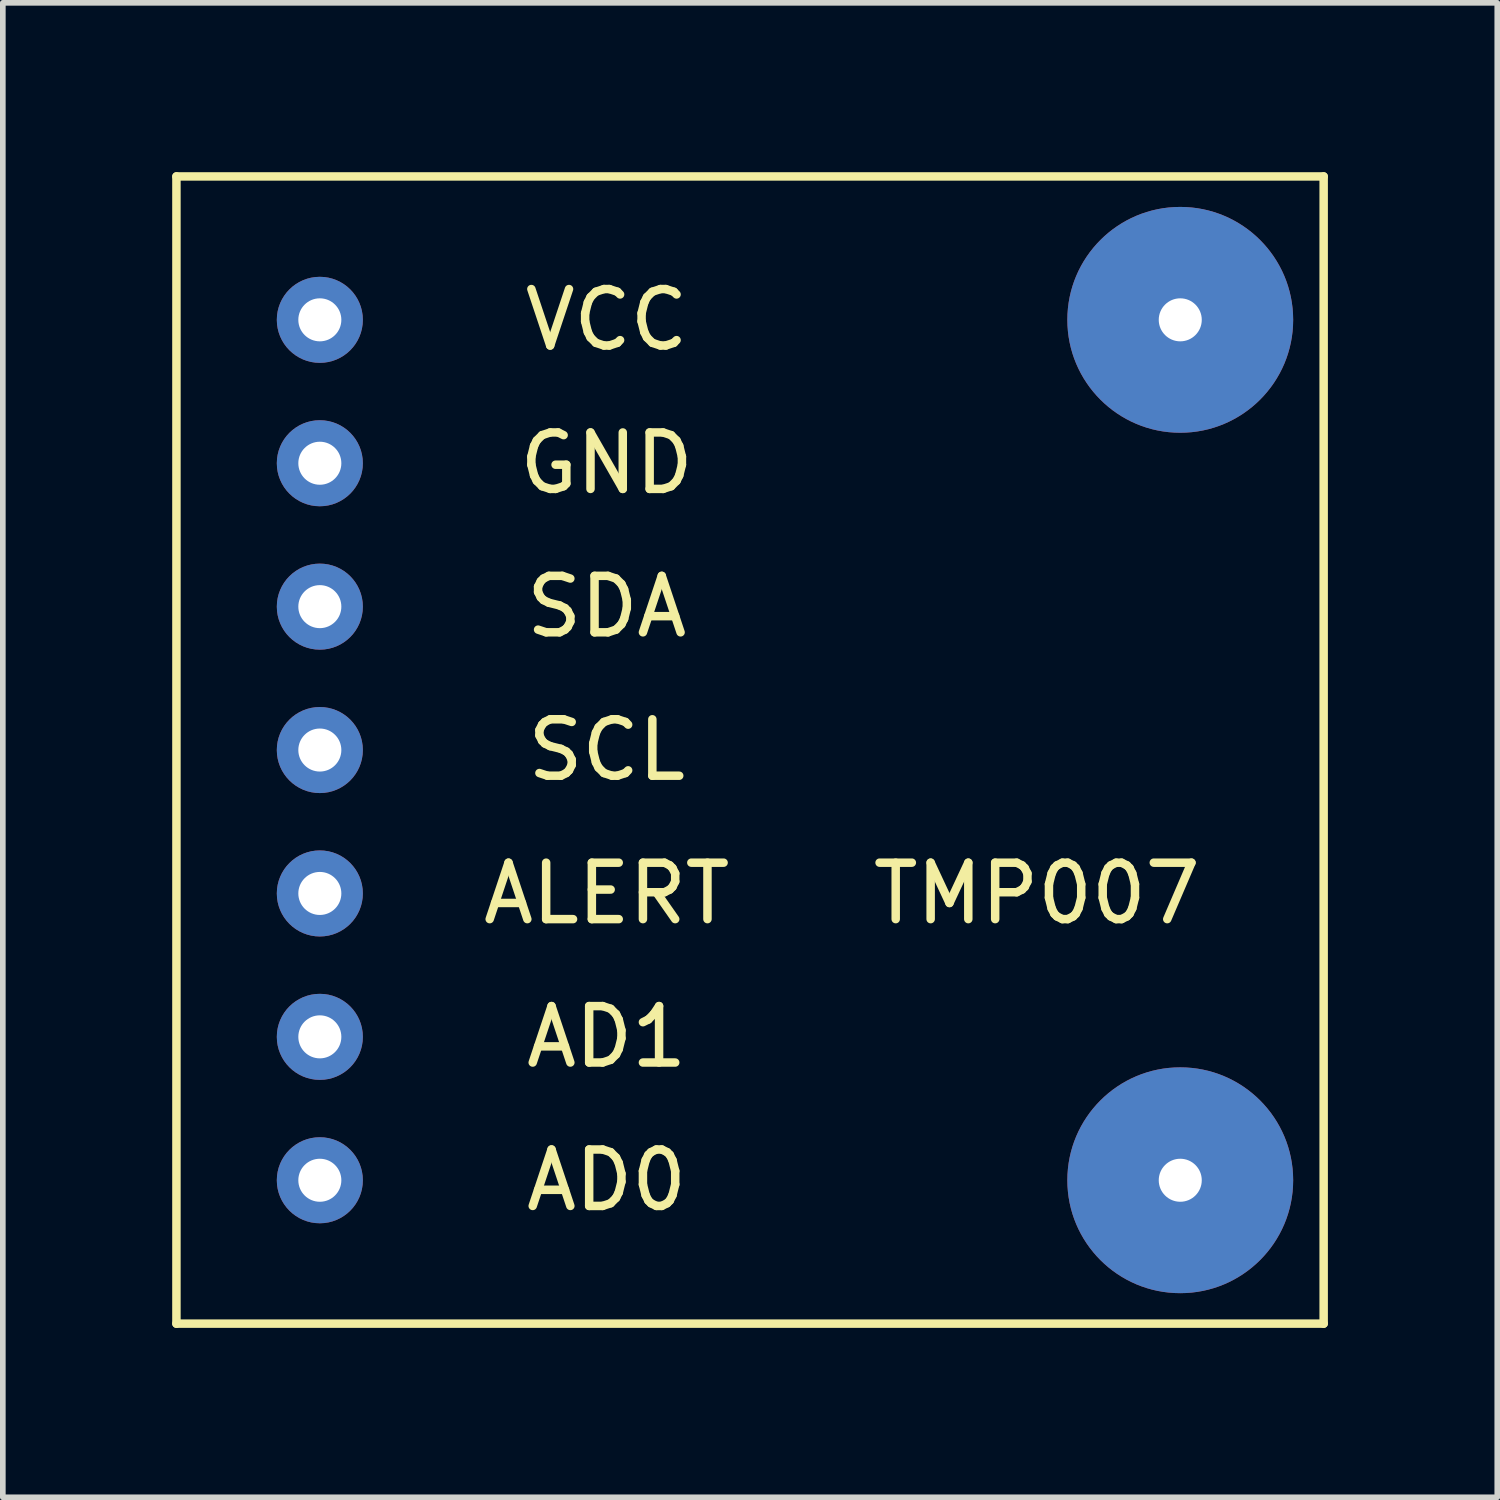
<source format=kicad_pcb>
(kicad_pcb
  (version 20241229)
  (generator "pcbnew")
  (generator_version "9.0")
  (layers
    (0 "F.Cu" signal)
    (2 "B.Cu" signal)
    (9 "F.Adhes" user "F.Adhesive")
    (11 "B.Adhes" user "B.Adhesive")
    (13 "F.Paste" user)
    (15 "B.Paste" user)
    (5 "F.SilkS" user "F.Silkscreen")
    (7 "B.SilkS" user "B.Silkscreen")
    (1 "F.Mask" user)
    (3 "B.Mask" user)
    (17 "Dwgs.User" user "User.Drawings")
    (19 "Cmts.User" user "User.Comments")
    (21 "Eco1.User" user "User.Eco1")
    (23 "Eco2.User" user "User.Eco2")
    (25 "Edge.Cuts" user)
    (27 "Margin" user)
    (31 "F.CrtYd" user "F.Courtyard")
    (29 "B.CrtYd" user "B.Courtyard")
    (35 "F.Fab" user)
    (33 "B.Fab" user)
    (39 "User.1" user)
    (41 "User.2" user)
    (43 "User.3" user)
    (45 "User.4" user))
  (footprint "TMP007"
    (layer "F.Cu")
    (at 2.615 10.235)
    (property "Reference" "TMP007" (at 12.7 2.54 0) (layer "F.SilkS") (effects (font (size 1 1) (thickness 0.15))))
    (attr through_hole)
    (fp_line (start -2.54 -10.16) (end 17.78 -10.16) (stroke (width 0.15) (type solid)) (layer "F.SilkS"))
    (fp_line (start -2.54 10.16) (end -2.54 -10.16) (stroke (width 0.15) (type solid)) (layer "F.SilkS"))
    (fp_line (start 17.78 -10.16) (end 17.78 10.16) (stroke (width 0.15) (type solid)) (layer "F.SilkS"))
    (fp_line (start 17.78 10.16) (end -2.54 10.16) (stroke (width 0.15) (type solid)) (layer "F.SilkS"))
    (fp_text user "SCL" (at 5.08 0 0) (layer "F.SilkS") (effects (font (size 1 1) (thickness 0.15))))
    (fp_text user "AD1" (at 5.08 5.08 0) (layer "F.SilkS") (effects (font (size 1 1) (thickness 0.15))))
    (fp_text user "GND" (at 5.08 -5.08 0) (layer "F.SilkS") (effects (font (size 1 1) (thickness 0.15))))
    (fp_text user "AD0" (at 5.08 7.62 0) (layer "F.SilkS") (effects (font (size 1 1) (thickness 0.15))))
    (fp_text user "ALERT" (at 5.08 2.54 0) (layer "F.SilkS") (effects (font (size 1 1) (thickness 0.15))))
    (fp_text user "SDA" (at 5.08 -2.54 0) (layer "F.SilkS") (effects (font (size 1 1) (thickness 0.15))))
    (fp_text user "VCC" (at 5.08 -7.62 0) (layer "F.SilkS") (effects (font (size 1 1) (thickness 0.15))))
    (pad "1" thru_hole circle (at 0 -7.62) (size 1.524 1.524) (drill 0.762) (layers "*.Cu" "*.Mask"))
    (pad "2" thru_hole circle (at 0 -5.08) (size 1.524 1.524) (drill 0.762) (layers "*.Cu" "*.Mask"))
    (pad "3" thru_hole circle (at 0 -2.54) (size 1.524 1.524) (drill 0.762) (layers "*.Cu" "*.Mask"))
    (pad "4" thru_hole circle (at 0 0) (size 1.524 1.524) (drill 0.762) (layers "*.Cu" "*.Mask"))
    (pad "5" thru_hole circle (at 0 2.54) (size 1.524 1.524) (drill 0.762) (layers "*.Cu" "*.Mask"))
    (pad "6" thru_hole circle (at 0 5.08) (size 1.524 1.524) (drill 0.762) (layers "*.Cu" "*.Mask"))
    (pad "7" thru_hole circle (at 0 7.62) (size 1.524 1.524) (drill 0.762) (layers "*.Cu" "*.Mask"))
    (pad "HOLE" thru_hole circle (at 15.24 -7.62) (size 4 4) (drill 0.762) (layers "*.Cu" "*.Mask"))
    (pad "HOLE" thru_hole circle (at 15.24 7.62) (size 4 4) (drill 0.762) (layers "*.Cu" "*.Mask")))
  (gr_rect
    (start -3 -3)
    (end 23.47 23.47)
    (stroke (width 0.1) (type default))
    (fill no)
    (layer "Edge.Cuts")))
</source>
